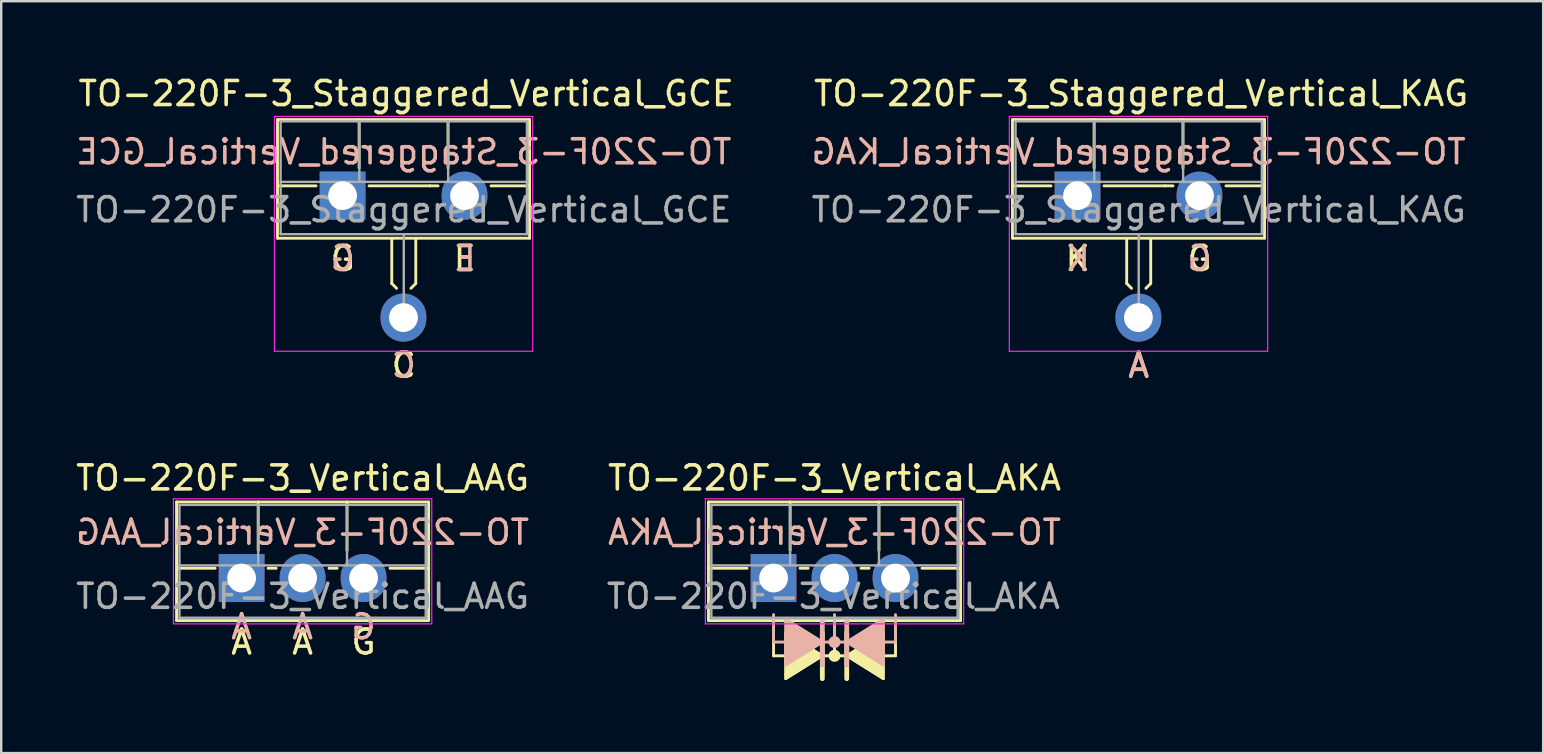
<source format=kicad_pcb>
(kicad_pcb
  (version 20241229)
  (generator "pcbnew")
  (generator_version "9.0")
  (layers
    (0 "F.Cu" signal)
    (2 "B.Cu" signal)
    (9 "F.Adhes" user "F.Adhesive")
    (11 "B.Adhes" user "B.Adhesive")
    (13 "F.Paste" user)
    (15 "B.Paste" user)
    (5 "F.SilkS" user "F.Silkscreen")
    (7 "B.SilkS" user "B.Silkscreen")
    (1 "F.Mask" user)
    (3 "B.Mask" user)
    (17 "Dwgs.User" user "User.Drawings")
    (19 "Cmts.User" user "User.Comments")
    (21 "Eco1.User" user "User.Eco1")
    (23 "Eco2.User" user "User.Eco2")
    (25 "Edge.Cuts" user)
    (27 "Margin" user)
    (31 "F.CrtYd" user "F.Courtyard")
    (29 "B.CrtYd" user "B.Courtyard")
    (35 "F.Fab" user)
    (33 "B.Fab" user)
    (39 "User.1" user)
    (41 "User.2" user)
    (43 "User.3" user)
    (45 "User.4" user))
  (footprint "TO-220F-3_Vertical_AAG"
    (layer "F.Cu")
    (at 7.014 21.027)
    (property "Reference" "TO-220F-3_Vertical_AAG" (at 2.54 -4.168 0) (layer "F.SilkS") (effects (font (size 1 1) (thickness 0.15))))
    (fp_line (start -2.71 -3.168) (end -2.71 1.773) (stroke (width 0.12) (type solid)) (layer "F.SilkS"))
    (fp_line (start -2.71 -3.168) (end 7.79 -3.168) (stroke (width 0.12) (type solid)) (layer "F.SilkS"))
    (fp_line (start -2.71 -0.408) (end -1.103 -0.408) (stroke (width 0.12) (type solid)) (layer "F.SilkS"))
    (fp_line (start -2.71 1.773) (end 7.79 1.773) (stroke (width 0.12) (type solid)) (layer "F.SilkS"))
    (fp_line (start 0.69 -3.168) (end 0.69 -1.15) (stroke (width 0.12) (type solid)) (layer "F.SilkS"))
    (fp_line (start 1.103 -0.408) (end 1.438 -0.408) (stroke (width 0.12) (type solid)) (layer "F.SilkS"))
    (fp_line (start 3.643 -0.408) (end 3.978 -0.408) (stroke (width 0.12) (type solid)) (layer "F.SilkS"))
    (fp_line (start 4.391 -3.168) (end 4.391 -1.15) (stroke (width 0.12) (type solid)) (layer "F.SilkS"))
    (fp_line (start 6.183 -0.408) (end 7.79 -0.408) (stroke (width 0.12) (type solid)) (layer "F.SilkS"))
    (fp_line (start 7.79 -3.168) (end 7.79 1.773) (stroke (width 0.12) (type solid)) (layer "F.SilkS"))
    (fp_line (start -2.84 -3.3) (end -2.84 1.91) (stroke (width 0.05) (type solid)) (layer "F.CrtYd"))
    (fp_line (start -2.84 1.91) (end 7.92 1.91) (stroke (width 0.05) (type solid)) (layer "F.CrtYd"))
    (fp_line (start 7.92 -3.3) (end -2.84 -3.3) (stroke (width 0.05) (type solid)) (layer "F.CrtYd"))
    (fp_line (start 7.92 1.91) (end 7.92 -3.3) (stroke (width 0.05) (type solid)) (layer "F.CrtYd"))
    (fp_line (start -2.59 -3.047) (end -2.59 1.653) (stroke (width 0.1) (type solid)) (layer "F.Fab"))
    (fp_line (start -2.59 -0.527) (end 7.67 -0.527) (stroke (width 0.1) (type solid)) (layer "F.Fab"))
    (fp_line (start -2.59 1.653) (end 7.67 1.653) (stroke (width 0.1) (type solid)) (layer "F.Fab"))
    (fp_line (start 0.69 -3.047) (end 0.69 -0.527) (stroke (width 0.1) (type solid)) (layer "F.Fab"))
    (fp_line (start 4.39 -3.047) (end 4.39 -0.527) (stroke (width 0.1) (type solid)) (layer "F.Fab"))
    (fp_line (start 7.67 -3.047) (end -2.59 -3.047) (stroke (width 0.1) (type solid)) (layer "F.Fab"))
    (fp_line (start 7.67 1.653) (end 7.67 -3.047) (stroke (width 0.1) (type solid)) (layer "F.Fab"))
    (fp_text user "A" (at 0 2.667 0) (unlocked yes) (layer "F.SilkS") (effects (font (size 1 1) (thickness 0.15))))
    (fp_text user "G" (at 5.08 2.667 0) (unlocked yes) (layer "F.SilkS") (effects (font (size 1 1) (thickness 0.15))))
    (fp_text user "A" (at 2.54 2.667 0) (unlocked yes) (layer "F.SilkS") (effects (font (size 1 1) (thickness 0.15))))
    (fp_text user "A" (at 0 2.032 0) (unlocked yes) (layer "B.SilkS") (effects (font (size 1 1) (thickness 0.15)) (justify mirror)))
    (fp_text user "A" (at 2.54 2.032 0) (unlocked yes) (layer "B.SilkS") (effects (font (size 1 1) (thickness 0.15)) (justify mirror)))
    (fp_text user "${REFERENCE}" (at 2.54 -1.905 0) (layer "B.SilkS") (effects (font (size 1 1) (thickness 0.15)) (justify mirror)))
    (fp_text user "G" (at 5.08 2.032 0) (unlocked yes) (layer "B.SilkS") (effects (font (size 1 1) (thickness 0.15)) (justify mirror)))
    (fp_text user "${REFERENCE}" (at 2.54 0.762 0) (layer "F.Fab") (effects (font (size 1 1) (thickness 0.15))))
    (pad "1" thru_hole rect (at 0 0) (size 1.905 2) (drill 1.2) (layers "*.Cu" "*.Mask"))
    (pad "2" thru_hole oval (at 2.54 0) (size 1.905 2) (drill 1.2) (layers "*.Cu" "*.Mask"))
    (pad "3" thru_hole oval (at 5.08 0) (size 1.905 2) (drill 1.2) (layers "*.Cu" "*.Mask")))
  (footprint "TO-220F-3_Vertical_AKA"
    (layer "F.Cu")
    (at 29.171 21.027)
    (property "Reference" "TO-220F-3_Vertical_AKA" (at 2.54 -4.168 0) (layer "F.SilkS") (effects (font (size 1 1) (thickness 0.15))))
    (fp_line (start -2.71 -3.168) (end -2.71 1.773) (stroke (width 0.12) (type solid)) (layer "F.SilkS"))
    (fp_line (start -2.71 -3.168) (end 7.79 -3.168) (stroke (width 0.12) (type solid)) (layer "F.SilkS"))
    (fp_line (start -2.71 -0.408) (end -1.103 -0.408) (stroke (width 0.12) (type solid)) (layer "F.SilkS"))
    (fp_line (start -2.71 1.773) (end 7.79 1.773) (stroke (width 0.12) (type solid)) (layer "F.SilkS"))
    (fp_line (start 0 2.095) (end 0 3.239) (stroke (width 0.12) (type solid)) (layer "F.SilkS"))
    (fp_line (start 0 3.239) (end 0.508 3.239) (stroke (width 0.12) (type solid)) (layer "F.SilkS"))
    (fp_line (start 0.508 2.477) (end 0.508 2.286) (stroke (width 0.12) (type solid)) (layer "F.SilkS"))
    (fp_line (start 0.508 2.477) (end 0.508 4) (stroke (width 0.12) (type solid)) (layer "F.SilkS"))
    (fp_line (start 0.508 4) (end 0.508 4.191) (stroke (width 0.12) (type solid)) (layer "F.SilkS"))
    (fp_line (start 0.69 -3.168) (end 0.69 -1.15) (stroke (width 0.12) (type solid)) (layer "F.SilkS"))
    (fp_line (start 1.103 -0.408) (end 1.438 -0.408) (stroke (width 0.12) (type solid)) (layer "F.SilkS"))
    (fp_line (start 2.032 3.239) (end 0.508 2.286) (stroke (width 0.12) (type solid)) (layer "F.SilkS"))
    (fp_line (start 2.032 3.239) (end 0.508 4.191) (stroke (width 0.12) (type solid)) (layer "F.SilkS"))
    (fp_line (start 2.032 4.191) (end 2.032 2.286) (stroke (width 0.2) (type solid)) (layer "F.SilkS"))
    (fp_line (start 2.54 2.095) (end 2.54 3.239) (stroke (width 0.12) (type solid)) (layer "F.SilkS"))
    (fp_line (start 2.54 3.239) (end 2.032 3.239) (stroke (width 0.12) (type solid)) (layer "F.SilkS"))
    (fp_line (start 2.54 3.239) (end 3.048 3.239) (stroke (width 0.12) (type solid)) (layer "F.SilkS"))
    (fp_line (start 3.048 2.286) (end 3.048 4.191) (stroke (width 0.2) (type solid)) (layer "F.SilkS"))
    (fp_line (start 3.048 3.239) (end 4.572 4.191) (stroke (width 0.12) (type solid)) (layer "F.SilkS"))
    (fp_line (start 3.643 -0.408) (end 3.978 -0.408) (stroke (width 0.12) (type solid)) (layer "F.SilkS"))
    (fp_line (start 4.391 -3.168) (end 4.391 -1.15) (stroke (width 0.12) (type solid)) (layer "F.SilkS"))
    (fp_line (start 4.572 2.286) (end 3.048 3.239) (stroke (width 0.12) (type solid)) (layer "F.SilkS"))
    (fp_line (start 4.572 4.191) (end 4.572 2.286) (stroke (width 0.12) (type solid)) (layer "F.SilkS"))
    (fp_line (start 5.08 2.095) (end 5.08 3.239) (stroke (width 0.12) (type solid)) (layer "F.SilkS"))
    (fp_line (start 5.08 3.239) (end 4.572 3.239) (stroke (width 0.12) (type solid)) (layer "F.SilkS"))
    (fp_line (start 6.183 -0.408) (end 7.79 -0.408) (stroke (width 0.12) (type solid)) (layer "F.SilkS"))
    (fp_line (start 7.79 -3.168) (end 7.79 1.773) (stroke (width 0.12) (type solid)) (layer "F.SilkS"))
    (fp_circle (center 2.54 3.239) (end 2.54 3.302) (stroke (width 0.12) (type solid)) (fill no) (layer "F.SilkS"))
    (fp_circle (center 2.54 3.239) (end 2.54 3.365) (stroke (width 0.12) (type solid)) (fill no) (layer "F.SilkS"))
    (fp_circle (center 2.54 3.239) (end 2.54 3.429) (stroke (width 0.12) (type solid)) (fill no) (layer "F.SilkS"))
    (fp_poly (pts (xy 2.032 3.239) (xy 0.508 4.191) (xy 0.508 2.286)) (stroke (width 0.1) (type solid)) (fill yes) (layer "F.SilkS"))
    (fp_poly (pts (xy 4.572 4.191) (xy 3.048 3.239) (xy 4.572 2.286)) (stroke (width 0.1) (type solid)) (fill yes) (layer "F.SilkS"))
    (fp_line (start 0 1.524) (end 0 2.667) (stroke (width 0.12) (type solid)) (layer "B.SilkS"))
    (fp_line (start 0 2.667) (end 0.508 2.667) (stroke (width 0.12) (type solid)) (layer "B.SilkS"))
    (fp_line (start 0.508 1.714) (end 2.032 2.667) (stroke (width 0.12) (type solid)) (layer "B.SilkS"))
    (fp_line (start 0.508 3.619) (end 0.508 1.714) (stroke (width 0.12) (type solid)) (layer "B.SilkS"))
    (fp_line (start 2.032 1.714) (end 2.032 3.619) (stroke (width 0.2) (type solid)) (layer "B.SilkS"))
    (fp_line (start 2.032 2.667) (end 0.508 3.619) (stroke (width 0.12) (type solid)) (layer "B.SilkS"))
    (fp_line (start 2.54 1.524) (end 2.54 2.667) (stroke (width 0.12) (type solid)) (layer "B.SilkS"))
    (fp_line (start 2.54 2.667) (end 2.032 2.667) (stroke (width 0.12) (type solid)) (layer "B.SilkS"))
    (fp_line (start 2.54 2.667) (end 3.048 2.667) (stroke (width 0.12) (type solid)) (layer "B.SilkS"))
    (fp_line (start 3.048 2.667) (end 4.572 1.714) (stroke (width 0.12) (type solid)) (layer "B.SilkS"))
    (fp_line (start 3.048 2.667) (end 4.572 3.619) (stroke (width 0.12) (type solid)) (layer "B.SilkS"))
    (fp_line (start 3.048 3.619) (end 3.048 1.714) (stroke (width 0.2) (type solid)) (layer "B.SilkS"))
    (fp_line (start 4.572 1.905) (end 4.572 1.714) (stroke (width 0.12) (type solid)) (layer "B.SilkS"))
    (fp_line (start 4.572 1.905) (end 4.572 3.429) (stroke (width 0.12) (type solid)) (layer "B.SilkS"))
    (fp_line (start 4.572 3.429) (end 4.572 3.619) (stroke (width 0.12) (type solid)) (layer "B.SilkS"))
    (fp_line (start 5.08 1.524) (end 5.08 2.667) (stroke (width 0.12) (type solid)) (layer "B.SilkS"))
    (fp_line (start 5.08 2.667) (end 4.572 2.667) (stroke (width 0.12) (type solid)) (layer "B.SilkS"))
    (fp_circle (center 2.54 2.667) (end 2.54 2.731) (stroke (width 0.12) (type solid)) (fill no) (layer "B.SilkS"))
    (fp_circle (center 2.54 2.667) (end 2.54 2.794) (stroke (width 0.12) (type solid)) (fill no) (layer "B.SilkS"))
    (fp_circle (center 2.54 2.667) (end 2.54 2.857) (stroke (width 0.12) (type solid)) (fill no) (layer "B.SilkS"))
    (fp_poly (pts (xy 0.508 3.619) (xy 2.032 2.667) (xy 0.508 1.714)) (stroke (width 0.1) (type solid)) (fill yes) (layer "B.SilkS"))
    (fp_poly (pts (xy 3.048 2.667) (xy 4.572 3.619) (xy 4.572 1.714)) (stroke (width 0.1) (type solid)) (fill yes) (layer "B.SilkS"))
    (fp_line (start -2.84 -3.3) (end -2.84 1.91) (stroke (width 0.05) (type solid)) (layer "F.CrtYd"))
    (fp_line (start -2.84 1.91) (end 7.92 1.91) (stroke (width 0.05) (type solid)) (layer "F.CrtYd"))
    (fp_line (start 7.92 -3.3) (end -2.84 -3.3) (stroke (width 0.05) (type solid)) (layer "F.CrtYd"))
    (fp_line (start 7.92 1.91) (end 7.92 -3.3) (stroke (width 0.05) (type solid)) (layer "F.CrtYd"))
    (fp_line (start -2.59 -3.047) (end -2.59 1.653) (stroke (width 0.1) (type solid)) (layer "F.Fab"))
    (fp_line (start -2.59 -0.527) (end 7.67 -0.527) (stroke (width 0.1) (type solid)) (layer "F.Fab"))
    (fp_line (start -2.59 1.653) (end 7.67 1.653) (stroke (width 0.1) (type solid)) (layer "F.Fab"))
    (fp_line (start 0.69 -3.047) (end 0.69 -0.527) (stroke (width 0.1) (type solid)) (layer "F.Fab"))
    (fp_line (start 4.39 -3.047) (end 4.39 -0.527) (stroke (width 0.1) (type solid)) (layer "F.Fab"))
    (fp_line (start 7.67 -3.047) (end -2.59 -3.047) (stroke (width 0.1) (type solid)) (layer "F.Fab"))
    (fp_line (start 7.67 1.653) (end 7.67 -3.047) (stroke (width 0.1) (type solid)) (layer "F.Fab"))
    (fp_text user "${REFERENCE}" (at 2.54 -1.905 0) (layer "B.SilkS") (effects (font (size 1 1) (thickness 0.15)) (justify mirror)))
    (fp_text user "${REFERENCE}" (at 2.49 0.762 0) (layer "F.Fab") (effects (font (size 1 1) (thickness 0.15))))
    (pad "1" thru_hole rect (at 0 0) (size 1.905 2) (drill 1.2) (layers "*.Cu" "*.Mask"))
    (pad "2" thru_hole oval (at 2.54 0) (size 1.905 2) (drill 1.2) (layers "*.Cu" "*.Mask"))
    (pad "3" thru_hole oval (at 5.08 0) (size 1.905 2) (drill 1.2) (layers "*.Cu" "*.Mask")))
  (footprint "TO-220F-3_Staggered_Vertical_KAG"
    (layer "F.Cu")
    (at 41.841 5.051)
    (property "Reference" "TO-220F-3_Staggered_Vertical_KAG" (at 2.642 -4.203 0) (layer "F.SilkS") (effects (font (size 1 1) (thickness 0.15))))
    (fp_line (start -2.719 -3.12) (end -2.719 1.821) (stroke (width 0.12) (type solid)) (layer "F.SilkS"))
    (fp_line (start -2.719 -3.12) (end 7.781 -3.12) (stroke (width 0.12) (type solid)) (layer "F.SilkS"))
    (fp_line (start -2.719 -0.36) (end -1.112 -0.36) (stroke (width 0.12) (type solid)) (layer "F.SilkS"))
    (fp_line (start -2.719 1.821) (end 7.781 1.821) (stroke (width 0.12) (type solid)) (layer "F.SilkS"))
    (fp_line (start 0.681 -3.12) (end 0.681 -1.102) (stroke (width 0.12) (type solid)) (layer "F.SilkS"))
    (fp_line (start 1.094 -0.36) (end 3.634 -0.36) (stroke (width 0.12) (type solid)) (layer "F.SilkS"))
    (fp_line (start 2.04 1.841) (end 2.04 3.707) (stroke (width 0.12) (type solid)) (layer "F.SilkS"))
    (fp_line (start 2.04 3.707) (end 2.24 3.907) (stroke (width 0.12) (type solid)) (layer "F.SilkS"))
    (fp_line (start 3.04 1.841) (end 3.04 3.707) (stroke (width 0.12) (type solid)) (layer "F.SilkS"))
    (fp_line (start 3.04 3.707) (end 2.84 3.907) (stroke (width 0.12) (type solid)) (layer "F.SilkS"))
    (fp_line (start 3.634 -0.36) (end 3.969 -0.36) (stroke (width 0.12) (type solid)) (layer "F.SilkS"))
    (fp_line (start 4.382 -3.12) (end 4.382 -1.102) (stroke (width 0.12) (type solid)) (layer "F.SilkS"))
    (fp_line (start 6.174 -0.36) (end 7.781 -0.36) (stroke (width 0.12) (type solid)) (layer "F.SilkS"))
    (fp_line (start 7.781 -3.12) (end 7.781 1.821) (stroke (width 0.12) (type solid)) (layer "F.SilkS"))
    (fp_line (start -2.849 -3.252) (end -2.849 6.53) (stroke (width 0.05) (type solid)) (layer "F.CrtYd"))
    (fp_line (start -2.849 6.53) (end 7.911 6.53) (stroke (width 0.05) (type solid)) (layer "F.CrtYd"))
    (fp_line (start 7.911 -3.252) (end -2.849 -3.252) (stroke (width 0.05) (type solid)) (layer "F.CrtYd"))
    (fp_line (start 7.911 6.53) (end 7.911 -3.252) (stroke (width 0.05) (type solid)) (layer "F.CrtYd"))
    (fp_line (start -2.59 -3.047) (end -2.59 1.653) (stroke (width 0.1) (type solid)) (layer "F.Fab"))
    (fp_line (start -2.59 -0.527) (end 7.67 -0.527) (stroke (width 0.1) (type solid)) (layer "F.Fab"))
    (fp_line (start -2.59 1.653) (end 7.67 1.653) (stroke (width 0.1) (type solid)) (layer "F.Fab"))
    (fp_line (start 0.69 -3.047) (end 0.69 -0.527) (stroke (width 0.1) (type solid)) (layer "F.Fab"))
    (fp_line (start 2.54 5.08) (end 2.54 1.653) (stroke (width 0.1) (type solid)) (layer "F.Fab"))
    (fp_line (start 4.39 -3.047) (end 4.39 -0.527) (stroke (width 0.1) (type solid)) (layer "F.Fab"))
    (fp_line (start 7.67 -3.047) (end -2.59 -3.047) (stroke (width 0.1) (type solid)) (layer "F.Fab"))
    (fp_line (start 7.67 1.653) (end 7.67 -3.047) (stroke (width 0.1) (type solid)) (layer "F.Fab"))
    (fp_text user "A" (at 2.54 7.112 0) (unlocked yes) (layer "F.SilkS") (effects (font (size 1 1) (thickness 0.15))))
    (fp_text user "G" (at 5.08 2.667 0) (unlocked yes) (layer "F.SilkS") (effects (font (size 1 1) (thickness 0.15))))
    (fp_text user "K" (at 0 2.667 0) (unlocked yes) (layer "F.SilkS") (effects (font (size 1 1) (thickness 0.15))))
    (fp_text user "K" (at 0 2.667 0) (unlocked yes) (layer "B.SilkS") (effects (font (size 1 1) (thickness 0.15)) (justify mirror)))
    (fp_text user "G" (at 5.08 2.667 0) (unlocked yes) (layer "B.SilkS") (effects (font (size 1 1) (thickness 0.15)) (justify mirror)))
    (fp_text user "A" (at 2.54 7.112 0) (unlocked yes) (layer "B.SilkS") (effects (font (size 1 1) (thickness 0.15)) (justify mirror)))
    (fp_text user "${REFERENCE}" (at 2.54 -1.778 0) (layer "B.SilkS") (effects (font (size 1 1) (thickness 0.15)) (justify mirror)))
    (fp_text user "${REFERENCE}" (at 2.54 0.635 0) (layer "F.Fab") (effects (font (size 1 1) (thickness 0.15))))
    (pad "1" thru_hole rect (at -0.009 0.048) (size 1.905 2) (drill 1.2) (layers "*.Cu" "*.Mask"))
    (pad "2" thru_hole oval (at 2.527 5.128) (size 1.905 2) (drill 1.2) (layers "*.Cu" "*.Mask"))
    (pad "3" thru_hole oval (at 5.071 0.048) (size 1.905 2) (drill 1.2) (layers "*.Cu" "*.Mask")))
  (footprint "TO-220F-3_Staggered_Vertical_GCE"
    (layer "F.Cu")
    (at 11.228 5.051)
    (property "Reference" "TO-220F-3_Staggered_Vertical_GCE" (at 2.642 -4.203 0) (layer "F.SilkS") (effects (font (size 1 1) (thickness 0.15))))
    (fp_line (start -2.719 -3.12) (end -2.719 1.821) (stroke (width 0.12) (type solid)) (layer "F.SilkS"))
    (fp_line (start -2.719 -3.12) (end 7.781 -3.12) (stroke (width 0.12) (type solid)) (layer "F.SilkS"))
    (fp_line (start -2.719 -0.36) (end -1.112 -0.36) (stroke (width 0.12) (type solid)) (layer "F.SilkS"))
    (fp_line (start -2.719 1.821) (end 7.781 1.821) (stroke (width 0.12) (type solid)) (layer "F.SilkS"))
    (fp_line (start 0.681 -3.12) (end 0.681 -1.102) (stroke (width 0.12) (type solid)) (layer "F.SilkS"))
    (fp_line (start 1.094 -0.36) (end 3.634 -0.36) (stroke (width 0.12) (type solid)) (layer "F.SilkS"))
    (fp_line (start 2.04 1.841) (end 2.04 3.707) (stroke (width 0.12) (type solid)) (layer "F.SilkS"))
    (fp_line (start 2.04 3.707) (end 2.24 3.907) (stroke (width 0.12) (type solid)) (layer "F.SilkS"))
    (fp_line (start 3.04 1.841) (end 3.04 3.707) (stroke (width 0.12) (type solid)) (layer "F.SilkS"))
    (fp_line (start 3.04 3.707) (end 2.84 3.907) (stroke (width 0.12) (type solid)) (layer "F.SilkS"))
    (fp_line (start 3.634 -0.36) (end 3.969 -0.36) (stroke (width 0.12) (type solid)) (layer "F.SilkS"))
    (fp_line (start 4.382 -3.12) (end 4.382 -1.102) (stroke (width 0.12) (type solid)) (layer "F.SilkS"))
    (fp_line (start 6.174 -0.36) (end 7.781 -0.36) (stroke (width 0.12) (type solid)) (layer "F.SilkS"))
    (fp_line (start 7.781 -3.12) (end 7.781 1.821) (stroke (width 0.12) (type solid)) (layer "F.SilkS"))
    (fp_line (start -2.849 -3.252) (end -2.849 6.53) (stroke (width 0.05) (type solid)) (layer "F.CrtYd"))
    (fp_line (start -2.849 6.53) (end 7.911 6.53) (stroke (width 0.05) (type solid)) (layer "F.CrtYd"))
    (fp_line (start 7.911 -3.252) (end -2.849 -3.252) (stroke (width 0.05) (type solid)) (layer "F.CrtYd"))
    (fp_line (start 7.911 6.53) (end 7.911 -3.252) (stroke (width 0.05) (type solid)) (layer "F.CrtYd"))
    (fp_line (start -2.59 -3.047) (end -2.59 1.653) (stroke (width 0.1) (type solid)) (layer "F.Fab"))
    (fp_line (start -2.59 -0.527) (end 7.67 -0.527) (stroke (width 0.1) (type solid)) (layer "F.Fab"))
    (fp_line (start -2.59 1.653) (end 7.67 1.653) (stroke (width 0.1) (type solid)) (layer "F.Fab"))
    (fp_line (start 0.69 -3.047) (end 0.69 -0.527) (stroke (width 0.1) (type solid)) (layer "F.Fab"))
    (fp_line (start 2.54 5.08) (end 2.54 1.653) (stroke (width 0.1) (type solid)) (layer "F.Fab"))
    (fp_line (start 4.39 -3.047) (end 4.39 -0.527) (stroke (width 0.1) (type solid)) (layer "F.Fab"))
    (fp_line (start 7.67 -3.047) (end -2.59 -3.047) (stroke (width 0.1) (type solid)) (layer "F.Fab"))
    (fp_line (start 7.67 1.653) (end 7.67 -3.047) (stroke (width 0.1) (type solid)) (layer "F.Fab"))
    (fp_text user "C" (at 2.54 7.112 0) (unlocked yes) (layer "F.SilkS") (effects (font (size 1 1) (thickness 0.15))))
    (fp_text user "E" (at 5.08 2.667 0) (unlocked yes) (layer "F.SilkS") (effects (font (size 1 1) (thickness 0.15))))
    (fp_text user "G" (at 0 2.667 0) (unlocked yes) (layer "F.SilkS") (effects (font (size 1 1) (thickness 0.15))))
    (fp_text user "C" (at 2.54 7.112 0) (unlocked yes) (layer "B.SilkS") (effects (font (size 1 1) (thickness 0.15)) (justify mirror)))
    (fp_text user "G" (at 0 2.667 0) (unlocked yes) (layer "B.SilkS") (effects (font (size 1 1) (thickness 0.15)) (justify mirror)))
    (fp_text user "${REFERENCE}" (at 2.54 -1.778 0) (layer "B.SilkS") (effects (font (size 1 1) (thickness 0.15)) (justify mirror)))
    (fp_text user "E" (at 5.08 2.667 0) (unlocked yes) (layer "B.SilkS") (effects (font (size 1 1) (thickness 0.15)) (justify mirror)))
    (fp_text user "${REFERENCE}" (at 2.54 0.635 0) (layer "F.Fab") (effects (font (size 1 1) (thickness 0.15))))
    (pad "1" thru_hole rect (at -0.009 0.048) (size 1.905 2) (drill 1.2) (layers "*.Cu" "*.Mask"))
    (pad "2" thru_hole oval (at 2.527 5.128) (size 1.905 2) (drill 1.2) (layers "*.Cu" "*.Mask"))
    (pad "3" thru_hole oval (at 5.071 0.048) (size 1.905 2) (drill 1.2) (layers "*.Cu" "*.Mask")))
  (gr_rect
    (start -3 -3)
    (end 61.227 28.318)
    (stroke (width 0.1) (type default))
    (fill no)
    (layer "Edge.Cuts")))
</source>
